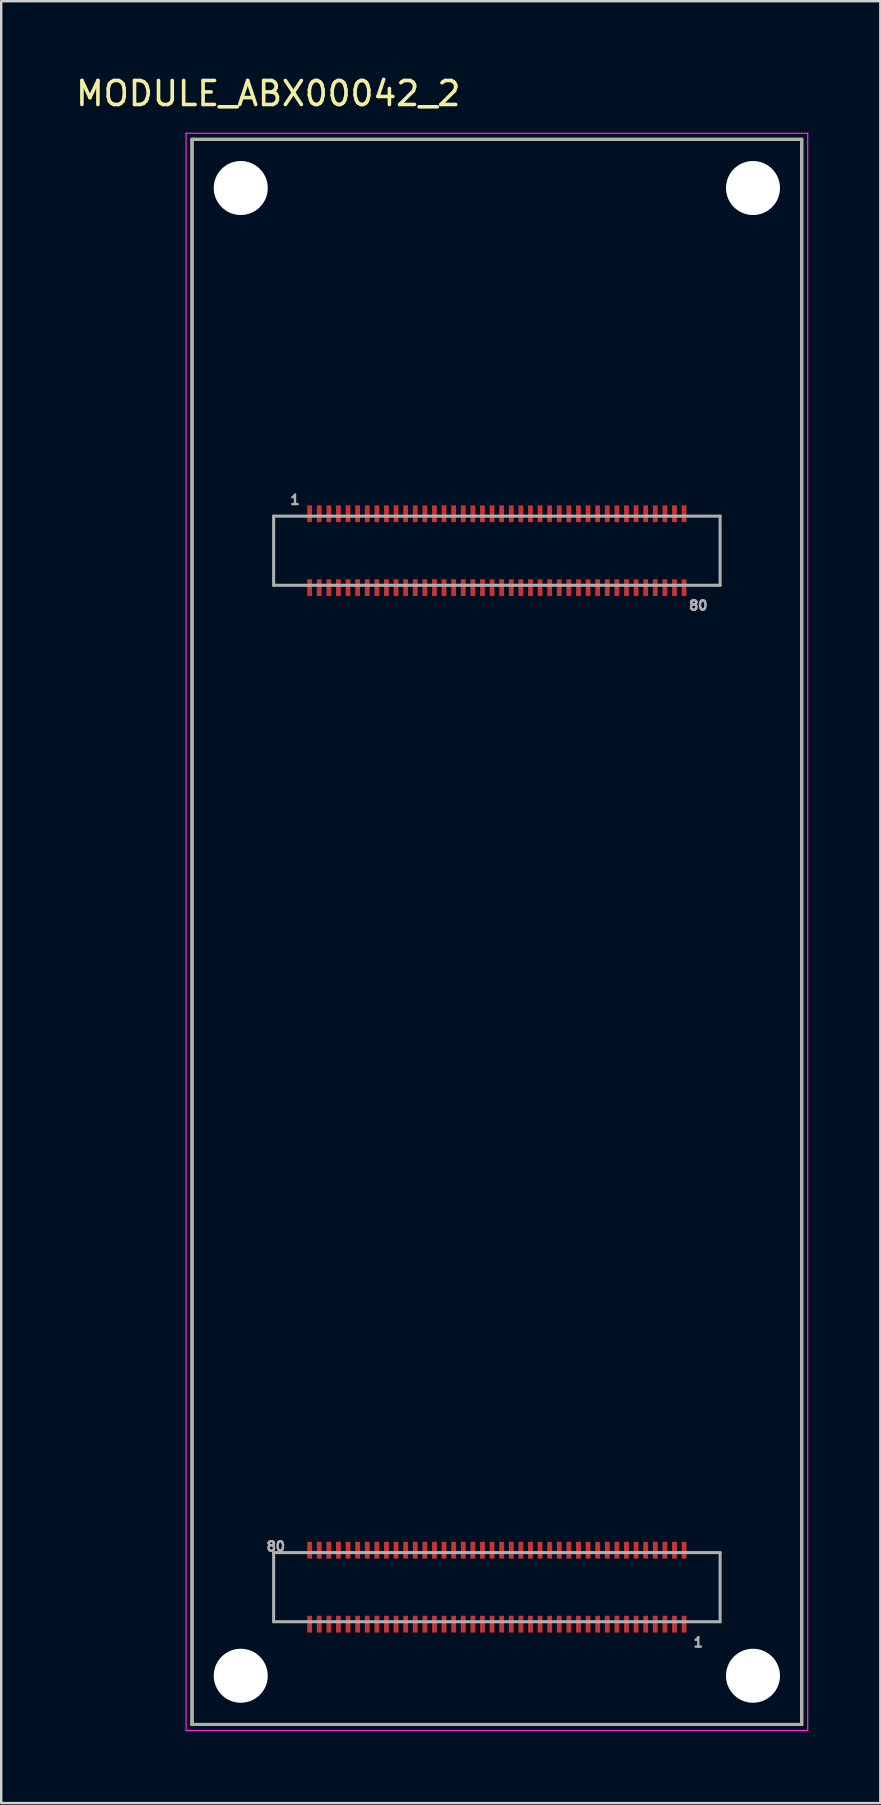
<source format=kicad_pcb>
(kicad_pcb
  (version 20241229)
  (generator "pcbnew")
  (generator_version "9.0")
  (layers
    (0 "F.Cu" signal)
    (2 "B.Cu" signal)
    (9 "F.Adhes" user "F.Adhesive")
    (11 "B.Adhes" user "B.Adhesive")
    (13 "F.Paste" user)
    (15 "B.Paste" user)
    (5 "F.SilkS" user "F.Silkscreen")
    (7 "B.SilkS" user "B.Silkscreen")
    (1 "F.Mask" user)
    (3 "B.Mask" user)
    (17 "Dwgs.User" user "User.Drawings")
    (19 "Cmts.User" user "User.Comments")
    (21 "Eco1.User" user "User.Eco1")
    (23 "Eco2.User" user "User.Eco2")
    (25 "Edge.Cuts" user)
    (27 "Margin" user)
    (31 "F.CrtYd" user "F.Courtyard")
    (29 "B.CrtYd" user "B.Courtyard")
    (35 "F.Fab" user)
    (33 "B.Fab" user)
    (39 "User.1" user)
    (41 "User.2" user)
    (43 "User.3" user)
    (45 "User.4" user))
  (footprint "MODULE_ABX00042_2"
    (layer "F.Cu")
    (at 17.65 35.773)
    (property "Reference" "MODULE_ABX00042_2" (at -9.525 -34.925 0) (layer "F.SilkS") (effects (font (size 1 1) (thickness 0.15))))
    (attr smd)
    (fp_line (start -12.7 -33.02) (end -12.7 33.02) (stroke (width 0.127) (type solid)) (layer "F.SilkS"))
    (fp_line (start -12.7 33.02) (end 12.7 33.02) (stroke (width 0.127) (type solid)) (layer "F.SilkS"))
    (fp_line (start 12.7 -33.02) (end -12.7 -33.02) (stroke (width 0.127) (type solid)) (layer "F.SilkS"))
    (fp_line (start 12.7 33.02) (end 12.7 -33.02) (stroke (width 0.127) (type solid)) (layer "F.SilkS"))
    (fp_line (start -12.95 -33.27) (end -12.95 33.27) (stroke (width 0.05) (type solid)) (layer "F.CrtYd"))
    (fp_line (start -12.95 33.27) (end 12.95 33.27) (stroke (width 0.05) (type solid)) (layer "F.CrtYd"))
    (fp_line (start 12.95 -33.27) (end -12.95 -33.27) (stroke (width 0.05) (type solid)) (layer "F.CrtYd"))
    (fp_line (start 12.95 33.27) (end 12.95 -33.27) (stroke (width 0.05) (type solid)) (layer "F.CrtYd"))
    (fp_line (start -12.7 -33.02) (end -12.7 33.02) (stroke (width 0.127) (type solid)) (layer "F.Fab"))
    (fp_line (start -12.7 33.02) (end 12.7 33.02) (stroke (width 0.127) (type solid)) (layer "F.Fab"))
    (fp_line (start -9.3 -17.32) (end -9.3 -14.44) (stroke (width 0.127) (type solid)) (layer "F.Fab"))
    (fp_line (start -9.3 -14.44) (end 9.3 -14.44) (stroke (width 0.127) (type solid)) (layer "F.Fab"))
    (fp_line (start -9.3 25.86) (end -9.3 28.74) (stroke (width 0.127) (type solid)) (layer "F.Fab"))
    (fp_line (start -9.3 28.74) (end 9.3 28.74) (stroke (width 0.127) (type solid)) (layer "F.Fab"))
    (fp_line (start 9.3 -17.32) (end -9.3 -17.32) (stroke (width 0.127) (type solid)) (layer "F.Fab"))
    (fp_line (start 9.3 -14.44) (end 9.3 -17.32) (stroke (width 0.127) (type solid)) (layer "F.Fab"))
    (fp_line (start 9.3 25.86) (end -9.3 25.86) (stroke (width 0.127) (type solid)) (layer "F.Fab"))
    (fp_line (start 9.3 28.74) (end 9.3 25.86) (stroke (width 0.127) (type solid)) (layer "F.Fab"))
    (fp_line (start 12.7 -33.02) (end -12.7 -33.02) (stroke (width 0.127) (type solid)) (layer "F.Fab"))
    (fp_line (start 12.7 33.02) (end 12.7 -33.02) (stroke (width 0.127) (type solid)) (layer "F.Fab"))
    (fp_text user "1" (at -8.41 -18 0) (layer "F.Fab") (effects (font (size 0.394 0.394) (thickness 0.15))))
    (fp_text user "80" (at -9.21 25.6 0) (layer "F.Fab") (effects (font (size 0.394 0.394) (thickness 0.15))))
    (fp_text user "80" (at 8.39 -13.6 0) (layer "F.Fab") (effects (font (size 0.394 0.394) (thickness 0.15))))
    (fp_text user "1" (at 8.39 29.6 0) (layer "F.Fab") (effects (font (size 0.394 0.394) (thickness 0.15))))
    (pad "" np_thru_hole circle (at -10.67 -30.99) (size 2.25 2.25) (drill 2.25) (layers "*.Cu" "*.Mask"))
    (pad "" np_thru_hole circle (at -10.67 30.99) (size 2.25 2.25) (drill 2.25) (layers "*.Cu" "*.Mask"))
    (pad "" np_thru_hole circle (at 10.67 -30.99) (size 2.25 2.25) (drill 2.25) (layers "*.Cu" "*.Mask"))
    (pad "" np_thru_hole circle (at 10.67 30.99) (size 2.25 2.25) (drill 2.25) (layers "*.Cu" "*.Mask"))
    (pad "J1_1" smd rect (at -7.8 -17.42) (size 0.2 0.7) (layers "F.Cu" "F.Mask" "F.Paste"))
    (pad "J1_2" smd rect (at -7.8 -14.34) (size 0.2 0.7) (layers "F.Cu" "F.Mask" "F.Paste"))
    (pad "J1_3" smd rect (at -7.4 -17.42) (size 0.2 0.7) (layers "F.Cu" "F.Mask" "F.Paste"))
    (pad "J1_4" smd rect (at -7.4 -14.34) (size 0.2 0.7) (layers "F.Cu" "F.Mask" "F.Paste"))
    (pad "J1_5" smd rect (at -7 -17.42) (size 0.2 0.7) (layers "F.Cu" "F.Mask" "F.Paste"))
    (pad "J1_6" smd rect (at -7 -14.34) (size 0.2 0.7) (layers "F.Cu" "F.Mask" "F.Paste"))
    (pad "J1_7" smd rect (at -6.6 -17.42) (size 0.2 0.7) (layers "F.Cu" "F.Mask" "F.Paste"))
    (pad "J1_8" smd rect (at -6.6 -14.34) (size 0.2 0.7) (layers "F.Cu" "F.Mask" "F.Paste"))
    (pad "J1_9" smd rect (at -6.2 -17.42) (size 0.2 0.7) (layers "F.Cu" "F.Mask" "F.Paste"))
    (pad "J1_10" smd rect (at -6.2 -14.34) (size 0.2 0.7) (layers "F.Cu" "F.Mask" "F.Paste"))
    (pad "J1_11" smd rect (at -5.8 -17.42) (size 0.2 0.7) (layers "F.Cu" "F.Mask" "F.Paste"))
    (pad "J1_12" smd rect (at -5.8 -14.34) (size 0.2 0.7) (layers "F.Cu" "F.Mask" "F.Paste"))
    (pad "J1_13" smd rect (at -5.4 -17.42) (size 0.2 0.7) (layers "F.Cu" "F.Mask" "F.Paste"))
    (pad "J1_14" smd rect (at -5.4 -14.34) (size 0.2 0.7) (layers "F.Cu" "F.Mask" "F.Paste"))
    (pad "J1_15" smd rect (at -5 -17.42) (size 0.2 0.7) (layers "F.Cu" "F.Mask" "F.Paste"))
    (pad "J1_16" smd rect (at -5 -14.34) (size 0.2 0.7) (layers "F.Cu" "F.Mask" "F.Paste"))
    (pad "J1_17" smd rect (at -4.6 -17.42) (size 0.2 0.7) (layers "F.Cu" "F.Mask" "F.Paste"))
    (pad "J1_18" smd rect (at -4.6 -14.34) (size 0.2 0.7) (layers "F.Cu" "F.Mask" "F.Paste"))
    (pad "J1_19" smd rect (at -4.2 -17.42) (size 0.2 0.7) (layers "F.Cu" "F.Mask" "F.Paste"))
    (pad "J1_20" smd rect (at -4.2 -14.34) (size 0.2 0.7) (layers "F.Cu" "F.Mask" "F.Paste"))
    (pad "J1_21" smd rect (at -3.8 -17.42) (size 0.2 0.7) (layers "F.Cu" "F.Mask" "F.Paste"))
    (pad "J1_22" smd rect (at -3.8 -14.34) (size 0.2 0.7) (layers "F.Cu" "F.Mask" "F.Paste"))
    (pad "J1_23" smd rect (at -3.4 -17.42) (size 0.2 0.7) (layers "F.Cu" "F.Mask" "F.Paste"))
    (pad "J1_24" smd rect (at -3.4 -14.34) (size 0.2 0.7) (layers "F.Cu" "F.Mask" "F.Paste"))
    (pad "J1_25" smd rect (at -3 -17.42) (size 0.2 0.7) (layers "F.Cu" "F.Mask" "F.Paste"))
    (pad "J1_26" smd rect (at -3 -14.34) (size 0.2 0.7) (layers "F.Cu" "F.Mask" "F.Paste"))
    (pad "J1_27" smd rect (at -2.6 -17.42) (size 0.2 0.7) (layers "F.Cu" "F.Mask" "F.Paste"))
    (pad "J1_28" smd rect (at -2.6 -14.34) (size 0.2 0.7) (layers "F.Cu" "F.Mask" "F.Paste"))
    (pad "J1_29" smd rect (at -2.2 -17.42) (size 0.2 0.7) (layers "F.Cu" "F.Mask" "F.Paste"))
    (pad "J1_30" smd rect (at -2.2 -14.34) (size 0.2 0.7) (layers "F.Cu" "F.Mask" "F.Paste"))
    (pad "J1_31" smd rect (at -1.8 -17.42) (size 0.2 0.7) (layers "F.Cu" "F.Mask" "F.Paste"))
    (pad "J1_32" smd rect (at -1.8 -14.34) (size 0.2 0.7) (layers "F.Cu" "F.Mask" "F.Paste"))
    (pad "J1_33" smd rect (at -1.4 -17.42) (size 0.2 0.7) (layers "F.Cu" "F.Mask" "F.Paste"))
    (pad "J1_34" smd rect (at -1.4 -14.34) (size 0.2 0.7) (layers "F.Cu" "F.Mask" "F.Paste"))
    (pad "J1_35" smd rect (at -1 -17.42) (size 0.2 0.7) (layers "F.Cu" "F.Mask" "F.Paste"))
    (pad "J1_36" smd rect (at -1 -14.34) (size 0.2 0.7) (layers "F.Cu" "F.Mask" "F.Paste"))
    (pad "J1_37" smd rect (at -0.6 -17.42) (size 0.2 0.7) (layers "F.Cu" "F.Mask" "F.Paste"))
    (pad "J1_38" smd rect (at -0.6 -14.34) (size 0.2 0.7) (layers "F.Cu" "F.Mask" "F.Paste"))
    (pad "J1_39" smd rect (at -0.2 -17.42) (size 0.2 0.7) (layers "F.Cu" "F.Mask" "F.Paste"))
    (pad "J1_40" smd rect (at -0.2 -14.34) (size 0.2 0.7) (layers "F.Cu" "F.Mask" "F.Paste"))
    (pad "J1_41" smd rect (at 0.2 -17.42) (size 0.2 0.7) (layers "F.Cu" "F.Mask" "F.Paste"))
    (pad "J1_42" smd rect (at 0.2 -14.34) (size 0.2 0.7) (layers "F.Cu" "F.Mask" "F.Paste"))
    (pad "J1_43" smd rect (at 0.6 -17.42) (size 0.2 0.7) (layers "F.Cu" "F.Mask" "F.Paste"))
    (pad "J1_44" smd rect (at 0.6 -14.34) (size 0.2 0.7) (layers "F.Cu" "F.Mask" "F.Paste"))
    (pad "J1_45" smd rect (at 1 -17.42) (size 0.2 0.7) (layers "F.Cu" "F.Mask" "F.Paste"))
    (pad "J1_46" smd rect (at 1 -14.34) (size 0.2 0.7) (layers "F.Cu" "F.Mask" "F.Paste"))
    (pad "J1_47" smd rect (at 1.4 -17.42) (size 0.2 0.7) (layers "F.Cu" "F.Mask" "F.Paste"))
    (pad "J1_48" smd rect (at 1.4 -14.34) (size 0.2 0.7) (layers "F.Cu" "F.Mask" "F.Paste"))
    (pad "J1_49" smd rect (at 1.8 -17.42) (size 0.2 0.7) (layers "F.Cu" "F.Mask" "F.Paste"))
    (pad "J1_50" smd rect (at 1.8 -14.34) (size 0.2 0.7) (layers "F.Cu" "F.Mask" "F.Paste"))
    (pad "J1_51" smd rect (at 2.2 -17.42) (size 0.2 0.7) (layers "F.Cu" "F.Mask" "F.Paste"))
    (pad "J1_52" smd rect (at 2.2 -14.34) (size 0.2 0.7) (layers "F.Cu" "F.Mask" "F.Paste"))
    (pad "J1_53" smd rect (at 2.6 -17.42) (size 0.2 0.7) (layers "F.Cu" "F.Mask" "F.Paste"))
    (pad "J1_54" smd rect (at 2.6 -14.34) (size 0.2 0.7) (layers "F.Cu" "F.Mask" "F.Paste"))
    (pad "J1_55" smd rect (at 3 -17.42) (size 0.2 0.7) (layers "F.Cu" "F.Mask" "F.Paste"))
    (pad "J1_56" smd rect (at 3 -14.34) (size 0.2 0.7) (layers "F.Cu" "F.Mask" "F.Paste"))
    (pad "J1_57" smd rect (at 3.4 -17.42) (size 0.2 0.7) (layers "F.Cu" "F.Mask" "F.Paste"))
    (pad "J1_58" smd rect (at 3.4 -14.34) (size 0.2 0.7) (layers "F.Cu" "F.Mask" "F.Paste"))
    (pad "J1_59" smd rect (at 3.8 -17.42) (size 0.2 0.7) (layers "F.Cu" "F.Mask" "F.Paste"))
    (pad "J1_60" smd rect (at 3.8 -14.34) (size 0.2 0.7) (layers "F.Cu" "F.Mask" "F.Paste"))
    (pad "J1_61" smd rect (at 4.2 -17.42) (size 0.2 0.7) (layers "F.Cu" "F.Mask" "F.Paste"))
    (pad "J1_62" smd rect (at 4.2 -14.34) (size 0.2 0.7) (layers "F.Cu" "F.Mask" "F.Paste"))
    (pad "J1_63" smd rect (at 4.6 -17.42) (size 0.2 0.7) (layers "F.Cu" "F.Mask" "F.Paste"))
    (pad "J1_64" smd rect (at 4.6 -14.34) (size 0.2 0.7) (layers "F.Cu" "F.Mask" "F.Paste"))
    (pad "J1_65" smd rect (at 5 -17.42) (size 0.2 0.7) (layers "F.Cu" "F.Mask" "F.Paste"))
    (pad "J1_66" smd rect (at 5 -14.34) (size 0.2 0.7) (layers "F.Cu" "F.Mask" "F.Paste"))
    (pad "J1_67" smd rect (at 5.4 -17.42) (size 0.2 0.7) (layers "F.Cu" "F.Mask" "F.Paste"))
    (pad "J1_68" smd rect (at 5.4 -14.34) (size 0.2 0.7) (layers "F.Cu" "F.Mask" "F.Paste"))
    (pad "J1_69" smd rect (at 5.8 -17.42) (size 0.2 0.7) (layers "F.Cu" "F.Mask" "F.Paste"))
    (pad "J1_70" smd rect (at 5.8 -14.34) (size 0.2 0.7) (layers "F.Cu" "F.Mask" "F.Paste"))
    (pad "J1_71" smd rect (at 6.2 -17.42) (size 0.2 0.7) (layers "F.Cu" "F.Mask" "F.Paste"))
    (pad "J1_72" smd rect (at 6.2 -14.34) (size 0.2 0.7) (layers "F.Cu" "F.Mask" "F.Paste"))
    (pad "J1_73" smd rect (at 6.6 -17.42) (size 0.2 0.7) (layers "F.Cu" "F.Mask" "F.Paste"))
    (pad "J1_74" smd rect (at 6.6 -14.34) (size 0.2 0.7) (layers "F.Cu" "F.Mask" "F.Paste"))
    (pad "J1_75" smd rect (at 7 -17.42) (size 0.2 0.7) (layers "F.Cu" "F.Mask" "F.Paste"))
    (pad "J1_76" smd rect (at 7 -14.34) (size 0.2 0.7) (layers "F.Cu" "F.Mask" "F.Paste"))
    (pad "J1_77" smd rect (at 7.4 -17.42) (size 0.2 0.7) (layers "F.Cu" "F.Mask" "F.Paste"))
    (pad "J1_78" smd rect (at 7.4 -14.34) (size 0.2 0.7) (layers "F.Cu" "F.Mask" "F.Paste"))
    (pad "J1_79" smd rect (at 7.8 -17.42) (size 0.2 0.7) (layers "F.Cu" "F.Mask" "F.Paste"))
    (pad "J1_80" smd rect (at 7.8 -14.34) (size 0.2 0.7) (layers "F.Cu" "F.Mask" "F.Paste"))
    (pad "J2_1" smd rect (at 7.8 28.84) (size 0.2 0.7) (layers "F.Cu" "F.Mask" "F.Paste"))
    (pad "J2_2" smd rect (at 7.8 25.76) (size 0.2 0.7) (layers "F.Cu" "F.Mask" "F.Paste"))
    (pad "J2_3" smd rect (at 7.4 28.84) (size 0.2 0.7) (layers "F.Cu" "F.Mask" "F.Paste"))
    (pad "J2_4" smd rect (at 7.4 25.76) (size 0.2 0.7) (layers "F.Cu" "F.Mask" "F.Paste"))
    (pad "J2_5" smd rect (at 7 28.84) (size 0.2 0.7) (layers "F.Cu" "F.Mask" "F.Paste"))
    (pad "J2_6" smd rect (at 7 25.76) (size 0.2 0.7) (layers "F.Cu" "F.Mask" "F.Paste"))
    (pad "J2_7" smd rect (at 6.6 28.84) (size 0.2 0.7) (layers "F.Cu" "F.Mask" "F.Paste"))
    (pad "J2_8" smd rect (at 6.6 25.76) (size 0.2 0.7) (layers "F.Cu" "F.Mask" "F.Paste"))
    (pad "J2_9" smd rect (at 6.2 28.84) (size 0.2 0.7) (layers "F.Cu" "F.Mask" "F.Paste"))
    (pad "J2_10" smd rect (at 6.2 25.76) (size 0.2 0.7) (layers "F.Cu" "F.Mask" "F.Paste"))
    (pad "J2_11" smd rect (at 5.8 28.84) (size 0.2 0.7) (layers "F.Cu" "F.Mask" "F.Paste"))
    (pad "J2_12" smd rect (at 5.8 25.76) (size 0.2 0.7) (layers "F.Cu" "F.Mask" "F.Paste"))
    (pad "J2_13" smd rect (at 5.4 28.84) (size 0.2 0.7) (layers "F.Cu" "F.Mask" "F.Paste"))
    (pad "J2_14" smd rect (at 5.4 25.76) (size 0.2 0.7) (layers "F.Cu" "F.Mask" "F.Paste"))
    (pad "J2_15" smd rect (at 5 28.84) (size 0.2 0.7) (layers "F.Cu" "F.Mask" "F.Paste"))
    (pad "J2_16" smd rect (at 5 25.76) (size 0.2 0.7) (layers "F.Cu" "F.Mask" "F.Paste"))
    (pad "J2_17" smd rect (at 4.6 28.84) (size 0.2 0.7) (layers "F.Cu" "F.Mask" "F.Paste"))
    (pad "J2_18" smd rect (at 4.6 25.76) (size 0.2 0.7) (layers "F.Cu" "F.Mask" "F.Paste"))
    (pad "J2_19" smd rect (at 4.2 28.84) (size 0.2 0.7) (layers "F.Cu" "F.Mask" "F.Paste"))
    (pad "J2_20" smd rect (at 4.2 25.76) (size 0.2 0.7) (layers "F.Cu" "F.Mask" "F.Paste"))
    (pad "J2_21" smd rect (at 3.8 28.84) (size 0.2 0.7) (layers "F.Cu" "F.Mask" "F.Paste"))
    (pad "J2_22" smd rect (at 3.8 25.76) (size 0.2 0.7) (layers "F.Cu" "F.Mask" "F.Paste"))
    (pad "J2_23" smd rect (at 3.4 28.84) (size 0.2 0.7) (layers "F.Cu" "F.Mask" "F.Paste"))
    (pad "J2_24" smd rect (at 3.4 25.76) (size 0.2 0.7) (layers "F.Cu" "F.Mask" "F.Paste"))
    (pad "J2_25" smd rect (at 3 28.84) (size 0.2 0.7) (layers "F.Cu" "F.Mask" "F.Paste"))
    (pad "J2_26" smd rect (at 3 25.76) (size 0.2 0.7) (layers "F.Cu" "F.Mask" "F.Paste"))
    (pad "J2_27" smd rect (at 2.6 28.84) (size 0.2 0.7) (layers "F.Cu" "F.Mask" "F.Paste"))
    (pad "J2_28" smd rect (at 2.6 25.76) (size 0.2 0.7) (layers "F.Cu" "F.Mask" "F.Paste"))
    (pad "J2_29" smd rect (at 2.2 28.84) (size 0.2 0.7) (layers "F.Cu" "F.Mask" "F.Paste"))
    (pad "J2_30" smd rect (at 2.2 25.76) (size 0.2 0.7) (layers "F.Cu" "F.Mask" "F.Paste"))
    (pad "J2_31" smd rect (at 1.8 28.84) (size 0.2 0.7) (layers "F.Cu" "F.Mask" "F.Paste"))
    (pad "J2_32" smd rect (at 1.8 25.76) (size 0.2 0.7) (layers "F.Cu" "F.Mask" "F.Paste"))
    (pad "J2_33" smd rect (at 1.4 28.84) (size 0.2 0.7) (layers "F.Cu" "F.Mask" "F.Paste"))
    (pad "J2_34" smd rect (at 1.4 25.76) (size 0.2 0.7) (layers "F.Cu" "F.Mask" "F.Paste"))
    (pad "J2_35" smd rect (at 1 28.84) (size 0.2 0.7) (layers "F.Cu" "F.Mask" "F.Paste"))
    (pad "J2_36" smd rect (at 1 25.76) (size 0.2 0.7) (layers "F.Cu" "F.Mask" "F.Paste"))
    (pad "J2_37" smd rect (at 0.6 28.84) (size 0.2 0.7) (layers "F.Cu" "F.Mask" "F.Paste"))
    (pad "J2_38" smd rect (at 0.6 25.76) (size 0.2 0.7) (layers "F.Cu" "F.Mask" "F.Paste"))
    (pad "J2_39" smd rect (at 0.2 28.84) (size 0.2 0.7) (layers "F.Cu" "F.Mask" "F.Paste"))
    (pad "J2_40" smd rect (at 0.2 25.76) (size 0.2 0.7) (layers "F.Cu" "F.Mask" "F.Paste"))
    (pad "J2_41" smd rect (at -0.2 28.84) (size 0.2 0.7) (layers "F.Cu" "F.Mask" "F.Paste"))
    (pad "J2_42" smd rect (at -0.2 25.76) (size 0.2 0.7) (layers "F.Cu" "F.Mask" "F.Paste"))
    (pad "J2_43" smd rect (at -0.6 28.84) (size 0.2 0.7) (layers "F.Cu" "F.Mask" "F.Paste"))
    (pad "J2_44" smd rect (at -0.6 25.76) (size 0.2 0.7) (layers "F.Cu" "F.Mask" "F.Paste"))
    (pad "J2_45" smd rect (at -1 28.84) (size 0.2 0.7) (layers "F.Cu" "F.Mask" "F.Paste"))
    (pad "J2_46" smd rect (at -1 25.76) (size 0.2 0.7) (layers "F.Cu" "F.Mask" "F.Paste"))
    (pad "J2_47" smd rect (at -1.4 28.84) (size 0.2 0.7) (layers "F.Cu" "F.Mask" "F.Paste"))
    (pad "J2_48" smd rect (at -1.4 25.76) (size 0.2 0.7) (layers "F.Cu" "F.Mask" "F.Paste"))
    (pad "J2_49" smd rect (at -1.8 28.84) (size 0.2 0.7) (layers "F.Cu" "F.Mask" "F.Paste"))
    (pad "J2_50" smd rect (at -1.8 25.76) (size 0.2 0.7) (layers "F.Cu" "F.Mask" "F.Paste"))
    (pad "J2_51" smd rect (at -2.2 28.84) (size 0.2 0.7) (layers "F.Cu" "F.Mask" "F.Paste"))
    (pad "J2_52" smd rect (at -2.2 25.76) (size 0.2 0.7) (layers "F.Cu" "F.Mask" "F.Paste"))
    (pad "J2_53" smd rect (at -2.6 28.84) (size 0.2 0.7) (layers "F.Cu" "F.Mask" "F.Paste"))
    (pad "J2_54" smd rect (at -2.6 25.76) (size 0.2 0.7) (layers "F.Cu" "F.Mask" "F.Paste"))
    (pad "J2_55" smd rect (at -3 28.84) (size 0.2 0.7) (layers "F.Cu" "F.Mask" "F.Paste"))
    (pad "J2_56" smd rect (at -3 25.76) (size 0.2 0.7) (layers "F.Cu" "F.Mask" "F.Paste"))
    (pad "J2_57" smd rect (at -3.4 28.84) (size 0.2 0.7) (layers "F.Cu" "F.Mask" "F.Paste"))
    (pad "J2_58" smd rect (at -3.4 25.76) (size 0.2 0.7) (layers "F.Cu" "F.Mask" "F.Paste"))
    (pad "J2_59" smd rect (at -3.8 28.84) (size 0.2 0.7) (layers "F.Cu" "F.Mask" "F.Paste"))
    (pad "J2_60" smd rect (at -3.8 25.76) (size 0.2 0.7) (layers "F.Cu" "F.Mask" "F.Paste"))
    (pad "J2_61" smd rect (at -4.2 28.84) (size 0.2 0.7) (layers "F.Cu" "F.Mask" "F.Paste"))
    (pad "J2_62" smd rect (at -4.2 25.76) (size 0.2 0.7) (layers "F.Cu" "F.Mask" "F.Paste"))
    (pad "J2_63" smd rect (at -4.6 28.84) (size 0.2 0.7) (layers "F.Cu" "F.Mask" "F.Paste"))
    (pad "J2_64" smd rect (at -4.6 25.76) (size 0.2 0.7) (layers "F.Cu" "F.Mask" "F.Paste"))
    (pad "J2_65" smd rect (at -5 28.84) (size 0.2 0.7) (layers "F.Cu" "F.Mask" "F.Paste"))
    (pad "J2_66" smd rect (at -5 25.76) (size 0.2 0.7) (layers "F.Cu" "F.Mask" "F.Paste"))
    (pad "J2_67" smd rect (at -5.4 28.84) (size 0.2 0.7) (layers "F.Cu" "F.Mask" "F.Paste"))
    (pad "J2_68" smd rect (at -5.4 25.76) (size 0.2 0.7) (layers "F.Cu" "F.Mask" "F.Paste"))
    (pad "J2_69" smd rect (at -5.8 28.84) (size 0.2 0.7) (layers "F.Cu" "F.Mask" "F.Paste"))
    (pad "J2_70" smd rect (at -5.8 25.76) (size 0.2 0.7) (layers "F.Cu" "F.Mask" "F.Paste"))
    (pad "J2_71" smd rect (at -6.2 28.84) (size 0.2 0.7) (layers "F.Cu" "F.Mask" "F.Paste"))
    (pad "J2_72" smd rect (at -6.2 25.76) (size 0.2 0.7) (layers "F.Cu" "F.Mask" "F.Paste"))
    (pad "J2_73" smd rect (at -6.6 28.84) (size 0.2 0.7) (layers "F.Cu" "F.Mask" "F.Paste"))
    (pad "J2_74" smd rect (at -6.6 25.76) (size 0.2 0.7) (layers "F.Cu" "F.Mask" "F.Paste"))
    (pad "J2_75" smd rect (at -7 28.84) (size 0.2 0.7) (layers "F.Cu" "F.Mask" "F.Paste"))
    (pad "J2_76" smd rect (at -7 25.76) (size 0.2 0.7) (layers "F.Cu" "F.Mask" "F.Paste"))
    (pad "J2_77" smd rect (at -7.4 28.84) (size 0.2 0.7) (layers "F.Cu" "F.Mask" "F.Paste"))
    (pad "J2_78" smd rect (at -7.4 25.76) (size 0.2 0.7) (layers "F.Cu" "F.Mask" "F.Paste"))
    (pad "J2_79" smd rect (at -7.8 28.84) (size 0.2 0.7) (layers "F.Cu" "F.Mask" "F.Paste"))
    (pad "J2_80" smd rect (at -7.8 25.76) (size 0.2 0.7) (layers "F.Cu" "F.Mask" "F.Paste")))
  (gr_rect
    (start -3 -3)
    (end 33.625 72.068)
    (stroke (width 0.1) (type default))
    (fill no)
    (layer "Edge.Cuts")))
</source>
